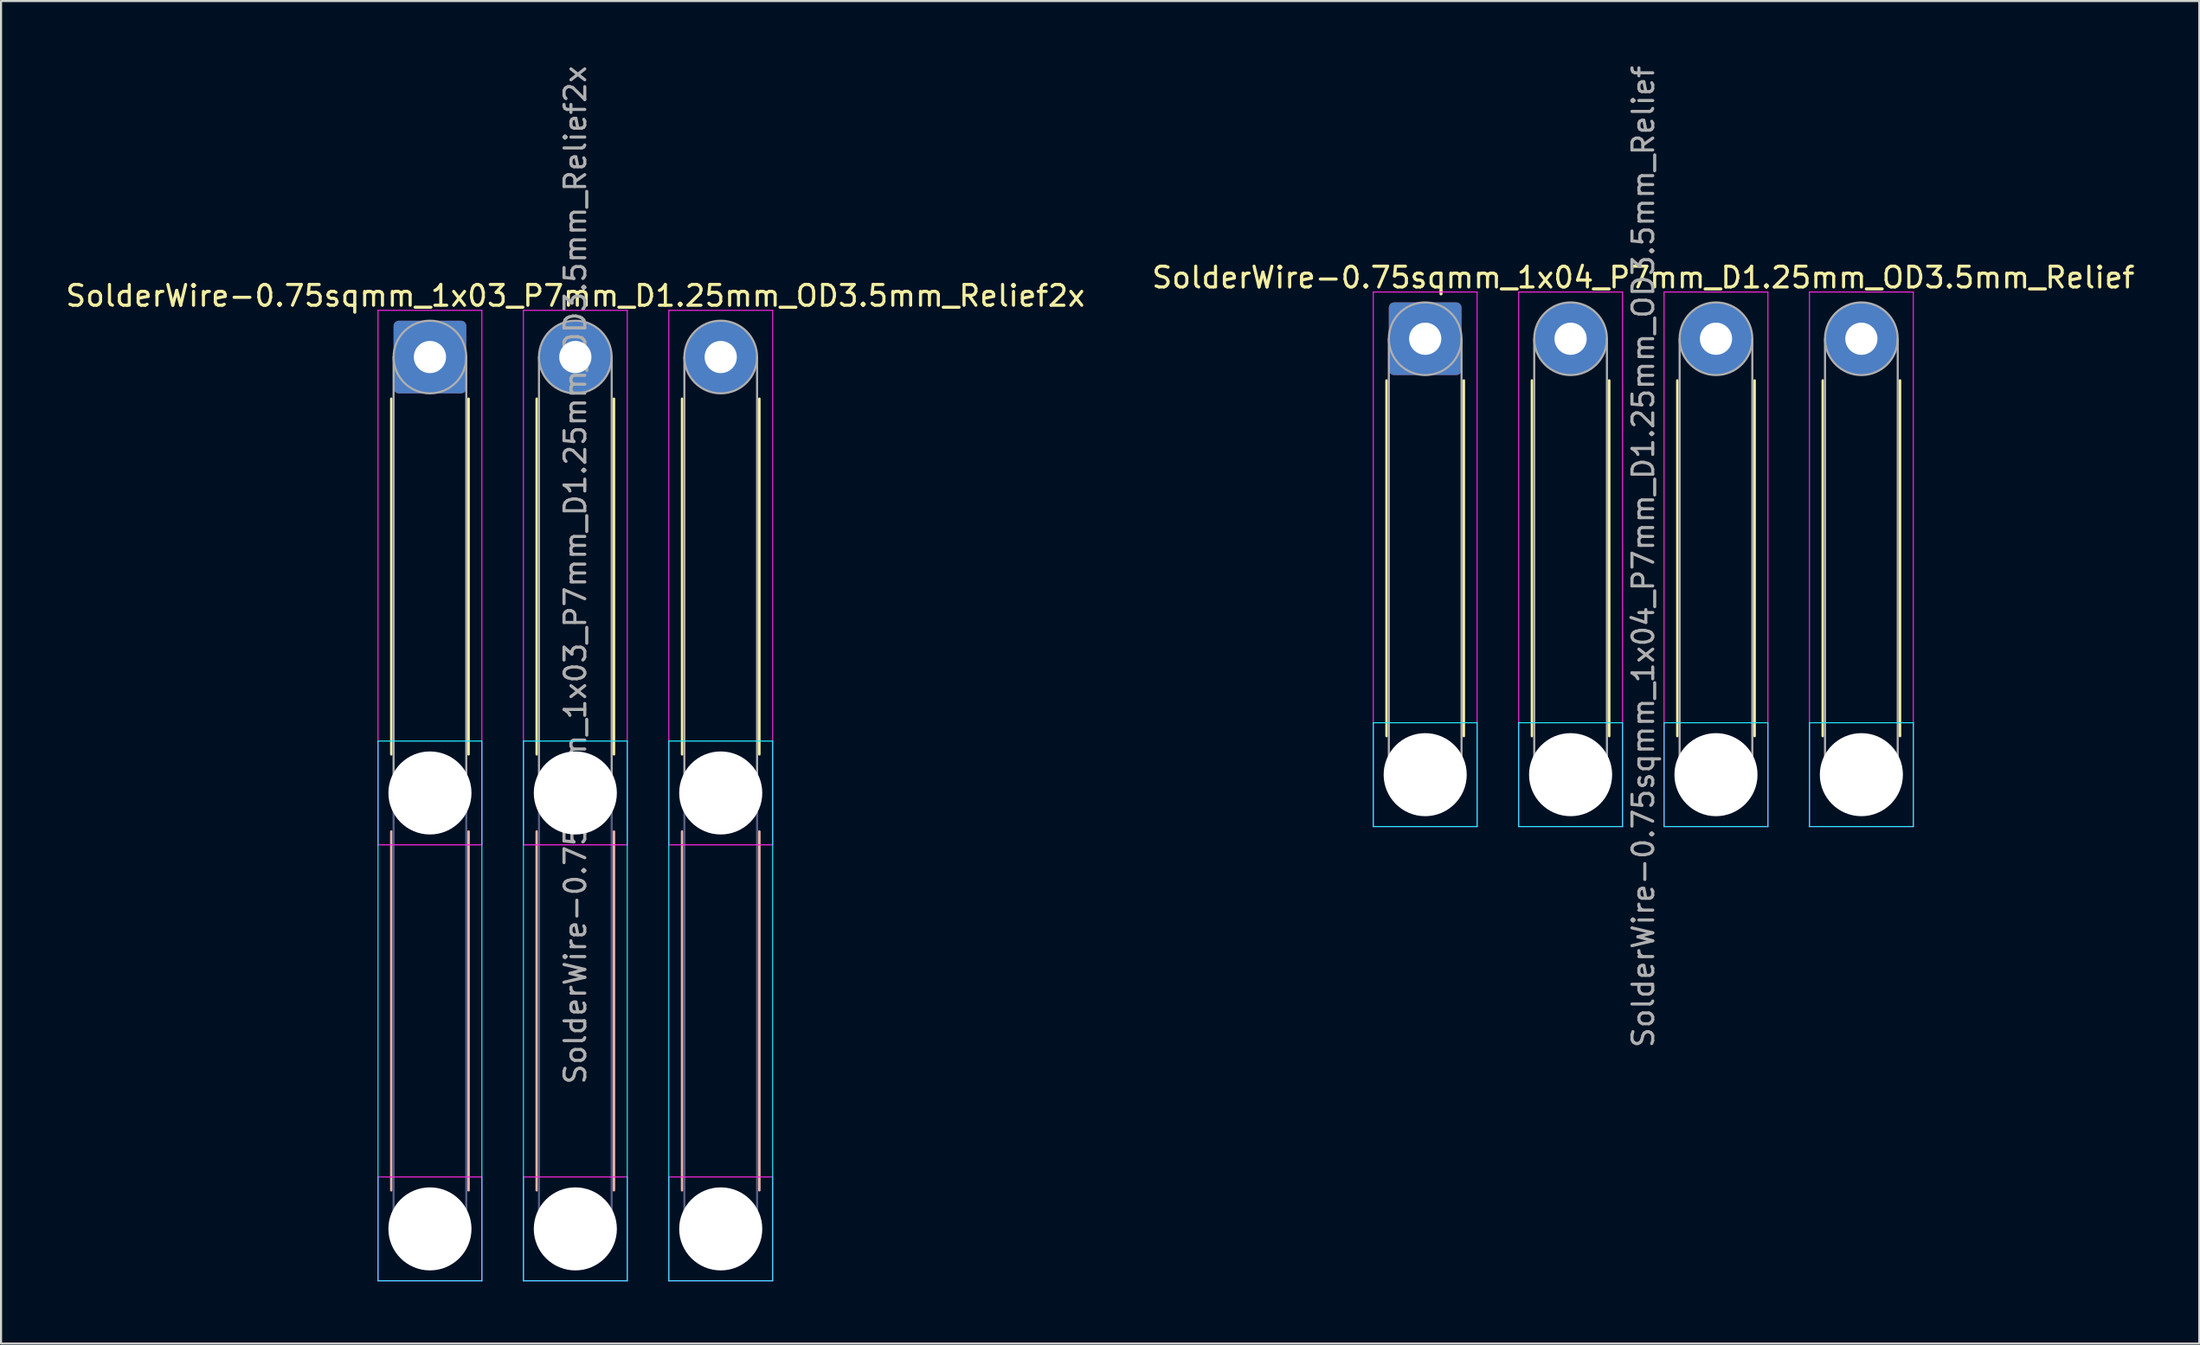
<source format=kicad_pcb>
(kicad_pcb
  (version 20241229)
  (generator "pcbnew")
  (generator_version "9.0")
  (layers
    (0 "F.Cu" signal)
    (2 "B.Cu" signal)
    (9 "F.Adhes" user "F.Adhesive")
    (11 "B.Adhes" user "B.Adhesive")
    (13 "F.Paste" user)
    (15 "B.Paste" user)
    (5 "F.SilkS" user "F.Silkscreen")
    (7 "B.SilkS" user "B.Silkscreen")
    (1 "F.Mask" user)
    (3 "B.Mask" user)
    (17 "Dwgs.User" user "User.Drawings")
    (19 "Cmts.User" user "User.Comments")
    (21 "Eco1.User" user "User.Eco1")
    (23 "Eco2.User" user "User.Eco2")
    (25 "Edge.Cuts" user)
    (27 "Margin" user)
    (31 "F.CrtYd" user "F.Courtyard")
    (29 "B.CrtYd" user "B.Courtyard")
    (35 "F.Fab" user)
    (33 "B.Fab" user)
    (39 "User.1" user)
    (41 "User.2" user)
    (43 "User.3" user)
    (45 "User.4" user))
  (footprint "SolderWire-0.75sqmm_1x04_P7mm_D1.25mm_OD3.5mm_Relief"
    (layer "F.Cu")
    (at 65.565 13.268)
    (property "Reference" "SolderWire-0.75sqmm_1x04_P7mm_D1.25mm_OD3.5mm_Relief" (at 10.5 -2.95 0) (layer "F.SilkS") (effects (font (size 1 1) (thickness 0.15))))
    (attr exclude_from_pos_files exclude_from_bom)
    (fp_line (start -1.86 2.01) (end -1.86 19.14) (stroke (width 0.12) (type solid)) (layer "F.SilkS"))
    (fp_line (start 1.86 2.01) (end 1.86 19.14) (stroke (width 0.12) (type solid)) (layer "F.SilkS"))
    (fp_line (start 5.14 2.01) (end 5.14 19.14) (stroke (width 0.12) (type solid)) (layer "F.SilkS"))
    (fp_line (start 8.86 2.01) (end 8.86 19.14) (stroke (width 0.12) (type solid)) (layer "F.SilkS"))
    (fp_line (start 12.14 2.01) (end 12.14 19.14) (stroke (width 0.12) (type solid)) (layer "F.SilkS"))
    (fp_line (start 15.86 2.01) (end 15.86 19.14) (stroke (width 0.12) (type solid)) (layer "F.SilkS"))
    (fp_line (start 19.14 2.01) (end 19.14 19.14) (stroke (width 0.12) (type solid)) (layer "F.SilkS"))
    (fp_line (start 22.86 2.01) (end 22.86 19.14) (stroke (width 0.12) (type solid)) (layer "F.SilkS"))
    (fp_line (start -2.5 18.5) (end -2.5 23.5) (stroke (width 0.05) (type solid)) (layer "B.CrtYd"))
    (fp_line (start -2.5 23.5) (end 2.5 23.5) (stroke (width 0.05) (type solid)) (layer "B.CrtYd"))
    (fp_line (start 2.5 18.5) (end -2.5 18.5) (stroke (width 0.05) (type solid)) (layer "B.CrtYd"))
    (fp_line (start 2.5 23.5) (end 2.5 18.5) (stroke (width 0.05) (type solid)) (layer "B.CrtYd"))
    (fp_line (start 4.5 18.5) (end 4.5 23.5) (stroke (width 0.05) (type solid)) (layer "B.CrtYd"))
    (fp_line (start 4.5 23.5) (end 9.5 23.5) (stroke (width 0.05) (type solid)) (layer "B.CrtYd"))
    (fp_line (start 9.5 18.5) (end 4.5 18.5) (stroke (width 0.05) (type solid)) (layer "B.CrtYd"))
    (fp_line (start 9.5 23.5) (end 9.5 18.5) (stroke (width 0.05) (type solid)) (layer "B.CrtYd"))
    (fp_line (start 11.5 18.5) (end 11.5 23.5) (stroke (width 0.05) (type solid)) (layer "B.CrtYd"))
    (fp_line (start 11.5 23.5) (end 16.5 23.5) (stroke (width 0.05) (type solid)) (layer "B.CrtYd"))
    (fp_line (start 16.5 18.5) (end 11.5 18.5) (stroke (width 0.05) (type solid)) (layer "B.CrtYd"))
    (fp_line (start 16.5 23.5) (end 16.5 18.5) (stroke (width 0.05) (type solid)) (layer "B.CrtYd"))
    (fp_line (start 18.5 18.5) (end 18.5 23.5) (stroke (width 0.05) (type solid)) (layer "B.CrtYd"))
    (fp_line (start 18.5 23.5) (end 23.5 23.5) (stroke (width 0.05) (type solid)) (layer "B.CrtYd"))
    (fp_line (start 23.5 18.5) (end 18.5 18.5) (stroke (width 0.05) (type solid)) (layer "B.CrtYd"))
    (fp_line (start 23.5 23.5) (end 23.5 18.5) (stroke (width 0.05) (type solid)) (layer "B.CrtYd"))
    (fp_line (start -2.5 -2.25) (end -2.5 23.5) (stroke (width 0.05) (type solid)) (layer "F.CrtYd"))
    (fp_line (start -2.5 23.5) (end 2.5 23.5) (stroke (width 0.05) (type solid)) (layer "F.CrtYd"))
    (fp_line (start 2.5 -2.25) (end -2.5 -2.25) (stroke (width 0.05) (type solid)) (layer "F.CrtYd"))
    (fp_line (start 2.5 23.5) (end 2.5 -2.25) (stroke (width 0.05) (type solid)) (layer "F.CrtYd"))
    (fp_line (start 4.5 -2.25) (end 4.5 23.5) (stroke (width 0.05) (type solid)) (layer "F.CrtYd"))
    (fp_line (start 4.5 23.5) (end 9.5 23.5) (stroke (width 0.05) (type solid)) (layer "F.CrtYd"))
    (fp_line (start 9.5 -2.25) (end 4.5 -2.25) (stroke (width 0.05) (type solid)) (layer "F.CrtYd"))
    (fp_line (start 9.5 23.5) (end 9.5 -2.25) (stroke (width 0.05) (type solid)) (layer "F.CrtYd"))
    (fp_line (start 11.5 -2.25) (end 11.5 23.5) (stroke (width 0.05) (type solid)) (layer "F.CrtYd"))
    (fp_line (start 11.5 23.5) (end 16.5 23.5) (stroke (width 0.05) (type solid)) (layer "F.CrtYd"))
    (fp_line (start 16.5 -2.25) (end 11.5 -2.25) (stroke (width 0.05) (type solid)) (layer "F.CrtYd"))
    (fp_line (start 16.5 23.5) (end 16.5 -2.25) (stroke (width 0.05) (type solid)) (layer "F.CrtYd"))
    (fp_line (start 18.5 -2.25) (end 18.5 23.5) (stroke (width 0.05) (type solid)) (layer "F.CrtYd"))
    (fp_line (start 18.5 23.5) (end 23.5 23.5) (stroke (width 0.05) (type solid)) (layer "F.CrtYd"))
    (fp_line (start 23.5 -2.25) (end 18.5 -2.25) (stroke (width 0.05) (type solid)) (layer "F.CrtYd"))
    (fp_line (start 23.5 23.5) (end 23.5 -2.25) (stroke (width 0.05) (type solid)) (layer "F.CrtYd"))
    (fp_line (start -1.75 0) (end -1.75 21) (stroke (width 0.1) (type solid)) (layer "F.Fab"))
    (fp_line (start 1.75 0) (end 1.75 21) (stroke (width 0.1) (type solid)) (layer "F.Fab"))
    (fp_line (start 5.25 0) (end 5.25 21) (stroke (width 0.1) (type solid)) (layer "F.Fab"))
    (fp_line (start 8.75 0) (end 8.75 21) (stroke (width 0.1) (type solid)) (layer "F.Fab"))
    (fp_line (start 12.25 0) (end 12.25 21) (stroke (width 0.1) (type solid)) (layer "F.Fab"))
    (fp_line (start 15.75 0) (end 15.75 21) (stroke (width 0.1) (type solid)) (layer "F.Fab"))
    (fp_line (start 19.25 0) (end 19.25 21) (stroke (width 0.1) (type solid)) (layer "F.Fab"))
    (fp_line (start 22.75 0) (end 22.75 21) (stroke (width 0.1) (type solid)) (layer "F.Fab"))
    (fp_circle (center 0 0) (end 1.75 0) (stroke (width 0.1) (type solid)) (fill no) (layer "F.Fab"))
    (fp_circle (center 0 21) (end 1.75 21) (stroke (width 0.1) (type solid)) (fill no) (layer "F.Fab"))
    (fp_circle (center 7 0) (end 8.75 0) (stroke (width 0.1) (type solid)) (fill no) (layer "F.Fab"))
    (fp_circle (center 7 21) (end 8.75 21) (stroke (width 0.1) (type solid)) (fill no) (layer "F.Fab"))
    (fp_circle (center 14 0) (end 15.75 0) (stroke (width 0.1) (type solid)) (fill no) (layer "F.Fab"))
    (fp_circle (center 14 21) (end 15.75 21) (stroke (width 0.1) (type solid)) (fill no) (layer "F.Fab"))
    (fp_circle (center 21 0) (end 22.75 0) (stroke (width 0.1) (type solid)) (fill no) (layer "F.Fab"))
    (fp_circle (center 21 21) (end 22.75 21) (stroke (width 0.1) (type solid)) (fill no) (layer "F.Fab"))
    (fp_text user "${REFERENCE}" (at 10.5 10.5 90) (layer "F.Fab") (effects (font (size 1 1) (thickness 0.15))))
    (pad "" np_thru_hole circle (at 0 21) (size 4 4) (drill 4) (layers "*.Cu" "*.Mask"))
    (pad "" np_thru_hole circle (at 7 21) (size 4 4) (drill 4) (layers "*.Cu" "*.Mask"))
    (pad "" np_thru_hole circle (at 14 21) (size 4 4) (drill 4) (layers "*.Cu" "*.Mask"))
    (pad "" np_thru_hole circle (at 21 21) (size 4 4) (drill 4) (layers "*.Cu" "*.Mask"))
    (pad "1" thru_hole roundrect (at 0 0) (size 3.5 3.5) (drill 1.55) (layers "*.Cu" "*.Mask") (roundrect_rratio 0.071))
    (pad "2" thru_hole circle (at 7 0) (size 3.5 3.5) (drill 1.55) (layers "*.Cu" "*.Mask"))
    (pad "3" thru_hole circle (at 14 0) (size 3.5 3.5) (drill 1.55) (layers "*.Cu" "*.Mask"))
    (pad "4" thru_hole circle (at 21 0) (size 3.5 3.5) (drill 1.55) (layers "*.Cu" "*.Mask")))
  (footprint "SolderWire-0.75sqmm_1x03_P7mm_D1.25mm_OD3.5mm_Relief2x"
    (layer "F.Cu")
    (at 17.649 14.149)
    (property "Reference" "SolderWire-0.75sqmm_1x03_P7mm_D1.25mm_OD3.5mm_Relief2x" (at 7 -2.95 0) (layer "F.SilkS") (effects (font (size 1 1) (thickness 0.15))))
    (attr exclude_from_pos_files exclude_from_bom)
    (fp_line (start -1.86 2.01) (end -1.86 19.14) (stroke (width 0.12) (type solid)) (layer "F.SilkS"))
    (fp_line (start 1.86 2.01) (end 1.86 19.14) (stroke (width 0.12) (type solid)) (layer "F.SilkS"))
    (fp_line (start 5.14 2.01) (end 5.14 19.14) (stroke (width 0.12) (type solid)) (layer "F.SilkS"))
    (fp_line (start 8.86 2.01) (end 8.86 19.14) (stroke (width 0.12) (type solid)) (layer "F.SilkS"))
    (fp_line (start 12.14 2.01) (end 12.14 19.14) (stroke (width 0.12) (type solid)) (layer "F.SilkS"))
    (fp_line (start 15.86 2.01) (end 15.86 19.14) (stroke (width 0.12) (type solid)) (layer "F.SilkS"))
    (fp_line (start -1.86 22.86) (end -1.86 40.14) (stroke (width 0.12) (type solid)) (layer "B.SilkS"))
    (fp_line (start 1.86 22.86) (end 1.86 40.14) (stroke (width 0.12) (type solid)) (layer "B.SilkS"))
    (fp_line (start 5.14 22.86) (end 5.14 40.14) (stroke (width 0.12) (type solid)) (layer "B.SilkS"))
    (fp_line (start 8.86 22.86) (end 8.86 40.14) (stroke (width 0.12) (type solid)) (layer "B.SilkS"))
    (fp_line (start 12.14 22.86) (end 12.14 40.14) (stroke (width 0.12) (type solid)) (layer "B.SilkS"))
    (fp_line (start 15.86 22.86) (end 15.86 40.14) (stroke (width 0.12) (type solid)) (layer "B.SilkS"))
    (fp_line (start -2.5 18.5) (end -2.5 44.5) (stroke (width 0.05) (type solid)) (layer "B.CrtYd"))
    (fp_line (start -2.5 44.5) (end 2.5 44.5) (stroke (width 0.05) (type solid)) (layer "B.CrtYd"))
    (fp_line (start 2.5 18.5) (end -2.5 18.5) (stroke (width 0.05) (type solid)) (layer "B.CrtYd"))
    (fp_line (start 2.5 44.5) (end 2.5 18.5) (stroke (width 0.05) (type solid)) (layer "B.CrtYd"))
    (fp_line (start 4.5 18.5) (end 4.5 44.5) (stroke (width 0.05) (type solid)) (layer "B.CrtYd"))
    (fp_line (start 4.5 44.5) (end 9.5 44.5) (stroke (width 0.05) (type solid)) (layer "B.CrtYd"))
    (fp_line (start 9.5 18.5) (end 4.5 18.5) (stroke (width 0.05) (type solid)) (layer "B.CrtYd"))
    (fp_line (start 9.5 44.5) (end 9.5 18.5) (stroke (width 0.05) (type solid)) (layer "B.CrtYd"))
    (fp_line (start 11.5 18.5) (end 11.5 44.5) (stroke (width 0.05) (type solid)) (layer "B.CrtYd"))
    (fp_line (start 11.5 44.5) (end 16.5 44.5) (stroke (width 0.05) (type solid)) (layer "B.CrtYd"))
    (fp_line (start 16.5 18.5) (end 11.5 18.5) (stroke (width 0.05) (type solid)) (layer "B.CrtYd"))
    (fp_line (start 16.5 44.5) (end 16.5 18.5) (stroke (width 0.05) (type solid)) (layer "B.CrtYd"))
    (fp_line (start -2.5 -2.25) (end -2.5 23.5) (stroke (width 0.05) (type solid)) (layer "F.CrtYd"))
    (fp_line (start -2.5 23.5) (end 2.5 23.5) (stroke (width 0.05) (type solid)) (layer "F.CrtYd"))
    (fp_line (start -2.5 39.5) (end -2.5 44.5) (stroke (width 0.05) (type solid)) (layer "F.CrtYd"))
    (fp_line (start -2.5 44.5) (end 2.5 44.5) (stroke (width 0.05) (type solid)) (layer "F.CrtYd"))
    (fp_line (start 2.5 -2.25) (end -2.5 -2.25) (stroke (width 0.05) (type solid)) (layer "F.CrtYd"))
    (fp_line (start 2.5 23.5) (end 2.5 -2.25) (stroke (width 0.05) (type solid)) (layer "F.CrtYd"))
    (fp_line (start 2.5 39.5) (end -2.5 39.5) (stroke (width 0.05) (type solid)) (layer "F.CrtYd"))
    (fp_line (start 2.5 44.5) (end 2.5 39.5) (stroke (width 0.05) (type solid)) (layer "F.CrtYd"))
    (fp_line (start 4.5 -2.25) (end 4.5 23.5) (stroke (width 0.05) (type solid)) (layer "F.CrtYd"))
    (fp_line (start 4.5 23.5) (end 9.5 23.5) (stroke (width 0.05) (type solid)) (layer "F.CrtYd"))
    (fp_line (start 4.5 39.5) (end 4.5 44.5) (stroke (width 0.05) (type solid)) (layer "F.CrtYd"))
    (fp_line (start 4.5 44.5) (end 9.5 44.5) (stroke (width 0.05) (type solid)) (layer "F.CrtYd"))
    (fp_line (start 9.5 -2.25) (end 4.5 -2.25) (stroke (width 0.05) (type solid)) (layer "F.CrtYd"))
    (fp_line (start 9.5 23.5) (end 9.5 -2.25) (stroke (width 0.05) (type solid)) (layer "F.CrtYd"))
    (fp_line (start 9.5 39.5) (end 4.5 39.5) (stroke (width 0.05) (type solid)) (layer "F.CrtYd"))
    (fp_line (start 9.5 44.5) (end 9.5 39.5) (stroke (width 0.05) (type solid)) (layer "F.CrtYd"))
    (fp_line (start 11.5 -2.25) (end 11.5 23.5) (stroke (width 0.05) (type solid)) (layer "F.CrtYd"))
    (fp_line (start 11.5 23.5) (end 16.5 23.5) (stroke (width 0.05) (type solid)) (layer "F.CrtYd"))
    (fp_line (start 11.5 39.5) (end 11.5 44.5) (stroke (width 0.05) (type solid)) (layer "F.CrtYd"))
    (fp_line (start 11.5 44.5) (end 16.5 44.5) (stroke (width 0.05) (type solid)) (layer "F.CrtYd"))
    (fp_line (start 16.5 -2.25) (end 11.5 -2.25) (stroke (width 0.05) (type solid)) (layer "F.CrtYd"))
    (fp_line (start 16.5 23.5) (end 16.5 -2.25) (stroke (width 0.05) (type solid)) (layer "F.CrtYd"))
    (fp_line (start 16.5 39.5) (end 11.5 39.5) (stroke (width 0.05) (type solid)) (layer "F.CrtYd"))
    (fp_line (start 16.5 44.5) (end 16.5 39.5) (stroke (width 0.05) (type solid)) (layer "F.CrtYd"))
    (fp_line (start -1.75 21) (end -1.75 42) (stroke (width 0.1) (type solid)) (layer "B.Fab"))
    (fp_line (start 1.75 21) (end 1.75 42) (stroke (width 0.1) (type solid)) (layer "B.Fab"))
    (fp_line (start 5.25 21) (end 5.25 42) (stroke (width 0.1) (type solid)) (layer "B.Fab"))
    (fp_line (start 8.75 21) (end 8.75 42) (stroke (width 0.1) (type solid)) (layer "B.Fab"))
    (fp_line (start 12.25 21) (end 12.25 42) (stroke (width 0.1) (type solid)) (layer "B.Fab"))
    (fp_line (start 15.75 21) (end 15.75 42) (stroke (width 0.1) (type solid)) (layer "B.Fab"))
    (fp_circle (center 0 21) (end 1.75 21) (stroke (width 0.1) (type solid)) (fill no) (layer "B.Fab"))
    (fp_circle (center 0 42) (end 1.75 42) (stroke (width 0.1) (type solid)) (fill no) (layer "B.Fab"))
    (fp_circle (center 7 21) (end 8.75 21) (stroke (width 0.1) (type solid)) (fill no) (layer "B.Fab"))
    (fp_circle (center 7 42) (end 8.75 42) (stroke (width 0.1) (type solid)) (fill no) (layer "B.Fab"))
    (fp_circle (center 14 21) (end 15.75 21) (stroke (width 0.1) (type solid)) (fill no) (layer "B.Fab"))
    (fp_circle (center 14 42) (end 15.75 42) (stroke (width 0.1) (type solid)) (fill no) (layer "B.Fab"))
    (fp_line (start -1.75 0) (end -1.75 21) (stroke (width 0.1) (type solid)) (layer "F.Fab"))
    (fp_line (start 1.75 0) (end 1.75 21) (stroke (width 0.1) (type solid)) (layer "F.Fab"))
    (fp_line (start 5.25 0) (end 5.25 21) (stroke (width 0.1) (type solid)) (layer "F.Fab"))
    (fp_line (start 8.75 0) (end 8.75 21) (stroke (width 0.1) (type solid)) (layer "F.Fab"))
    (fp_line (start 12.25 0) (end 12.25 21) (stroke (width 0.1) (type solid)) (layer "F.Fab"))
    (fp_line (start 15.75 0) (end 15.75 21) (stroke (width 0.1) (type solid)) (layer "F.Fab"))
    (fp_circle (center 0 0) (end 1.75 0) (stroke (width 0.1) (type solid)) (fill no) (layer "F.Fab"))
    (fp_circle (center 0 21) (end 1.75 21) (stroke (width 0.1) (type solid)) (fill no) (layer "F.Fab"))
    (fp_circle (center 0 42) (end 1.75 42) (stroke (width 0.1) (type solid)) (fill no) (layer "F.Fab"))
    (fp_circle (center 7 0) (end 8.75 0) (stroke (width 0.1) (type solid)) (fill no) (layer "F.Fab"))
    (fp_circle (center 7 21) (end 8.75 21) (stroke (width 0.1) (type solid)) (fill no) (layer "F.Fab"))
    (fp_circle (center 7 42) (end 8.75 42) (stroke (width 0.1) (type solid)) (fill no) (layer "F.Fab"))
    (fp_circle (center 14 0) (end 15.75 0) (stroke (width 0.1) (type solid)) (fill no) (layer "F.Fab"))
    (fp_circle (center 14 21) (end 15.75 21) (stroke (width 0.1) (type solid)) (fill no) (layer "F.Fab"))
    (fp_circle (center 14 42) (end 15.75 42) (stroke (width 0.1) (type solid)) (fill no) (layer "F.Fab"))
    (fp_text user "${REFERENCE}" (at 7 10.5 90) (layer "F.Fab") (effects (font (size 1 1) (thickness 0.15))))
    (pad "" np_thru_hole circle (at 0 21) (size 4 4) (drill 4) (layers "*.Cu" "*.Mask"))
    (pad "" np_thru_hole circle (at 0 42) (size 4 4) (drill 4) (layers "*.Cu" "*.Mask"))
    (pad "" np_thru_hole circle (at 7 21) (size 4 4) (drill 4) (layers "*.Cu" "*.Mask"))
    (pad "" np_thru_hole circle (at 7 42) (size 4 4) (drill 4) (layers "*.Cu" "*.Mask"))
    (pad "" np_thru_hole circle (at 14 21) (size 4 4) (drill 4) (layers "*.Cu" "*.Mask"))
    (pad "" np_thru_hole circle (at 14 42) (size 4 4) (drill 4) (layers "*.Cu" "*.Mask"))
    (pad "1" thru_hole roundrect (at 0 0) (size 3.5 3.5) (drill 1.55) (layers "*.Cu" "*.Mask") (roundrect_rratio 0.071))
    (pad "2" thru_hole circle (at 7 0) (size 3.5 3.5) (drill 1.55) (layers "*.Cu" "*.Mask"))
    (pad "3" thru_hole circle (at 14 0) (size 3.5 3.5) (drill 1.55) (layers "*.Cu" "*.Mask")))
  (gr_rect
    (start -3 -3)
    (end 102.833 61.674)
    (stroke (width 0.1) (type default))
    (fill no)
    (layer "Edge.Cuts")))
</source>
